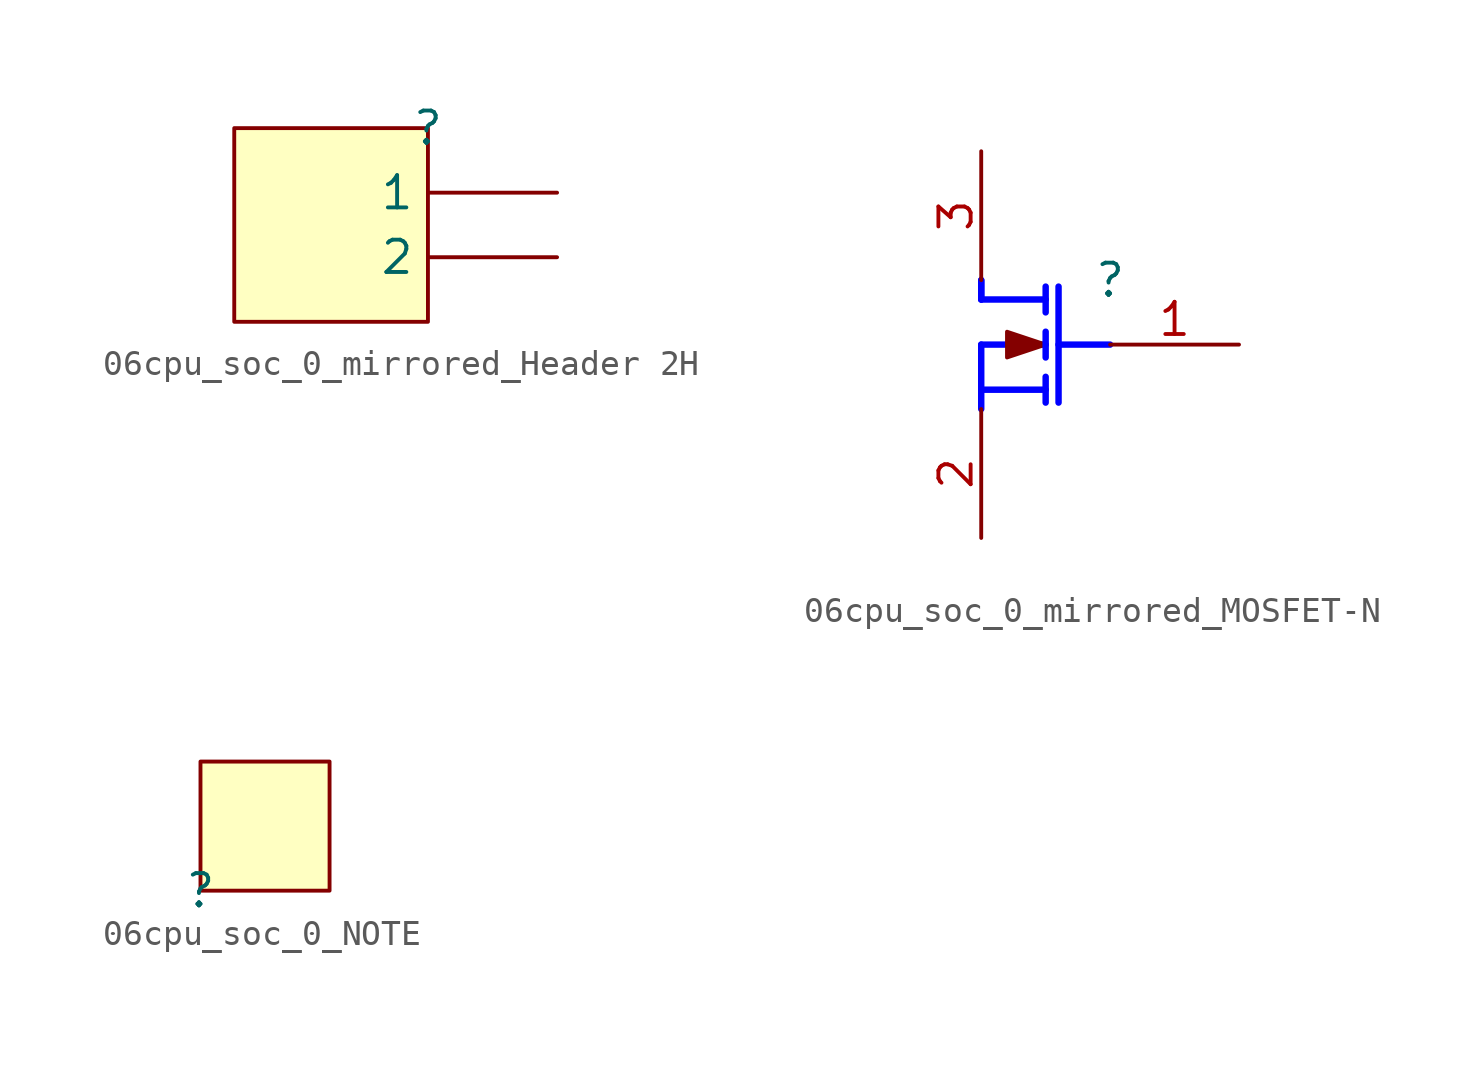
<source format=kicad_sym>
(kicad_symbol_lib
  (version 20220914)
  (generator kicad_symbol_editor)
  (symbol "06cpu_soc_0_mirrored_Header 2H"
    (property "Reference" ""
      (at 0 0 0)
      (effects (font (size 1.27 1.27))))
    (property "Value" ""
      (at 0 0 0)
      (effects (font (size 1.27 1.27))))
    (symbol "06cpu_soc_0_mirrored_Header 2H_1_0"
      (rectangle (start 0 0) (end -7.62 -7.62) (stroke (width 0) (type solid)) (fill (type background)))
      (pin passive line (at 5.08 -2.54 180) (length 5.08) (name "1" (effects (font (size 1.27 1.27)))) (number "1" (effects (font (size 0 0)))))
      (pin passive line (at 5.08 -5.08 180) (length 5.08) (name "2" (effects (font (size 1.27 1.27)))) (number "2" (effects (font (size 0 0)))))))
  (symbol "06cpu_soc_0_mirrored_MOSFET-N"
    (property "Reference" ""
      (at 0 0 0)
      (effects (font (size 1.27 1.27))))
    (property "Value" ""
      (at 0 0 0)
      (effects (font (size 1.27 1.27))))
    (symbol "06cpu_soc_0_mirrored_MOSFET-N_1_0"
      (polyline (pts (xy -5.08 -4.318) (xy -2.54 -4.318)) (stroke (width 0.254) (type solid) (color 0 0 255 1)) (fill (type none)))
      (polyline (pts (xy -5.08 -2.54) (xy -5.08 -5.08)) (stroke (width 0.254) (type solid) (color 0 0 255 1)) (fill (type none)))
      (polyline (pts (xy -5.08 -2.54) (xy -2.54 -2.54)) (stroke (width 0.254) (type solid) (color 0 0 255 1)) (fill (type none)))
      (polyline (pts (xy -5.08 -0.762) (xy -5.08 0)) (stroke (width 0.254) (type solid) (color 0 0 255 1)) (fill (type none)))
      (polyline (pts (xy -5.08 -0.762) (xy -5.08 0)) (stroke (width 0.254) (type solid) (color 0 0 255 1)) (fill (type none)))
      (polyline (pts (xy -5.08 -0.762) (xy -2.54 -0.762)) (stroke (width 0.254) (type solid) (color 0 0 255 1)) (fill (type none)))
      (polyline (pts (xy -2.54 -4.826) (xy -2.54 -3.81)) (stroke (width 0.254) (type solid) (color 0 0 255 1)) (fill (type none)))
      (polyline (pts (xy -2.54 -3.048) (xy -2.54 -2.032)) (stroke (width 0.254) (type solid) (color 0 0 255 1)) (fill (type none)))
      (polyline (pts (xy -2.54 -0.254) (xy -2.54 -1.27)) (stroke (width 0.254) (type solid) (color 0 0 255 1)) (fill (type none)))
      (polyline (pts (xy -2.032 -0.254) (xy -2.032 -4.826)) (stroke (width 0.254) (type solid) (color 0 0 255 1)) (fill (type none)))
      (polyline (pts (xy 0 -2.54) (xy -2.032 -2.54)) (stroke (width 0.254) (type solid) (color 0 0 255 1)) (fill (type none)))
      (polyline (pts (xy -2.54 -2.54) (xy -4.064 -3.048) (xy -4.064 -2.032) (xy -2.54 -2.54)) (stroke (width 0) (type solid)) (fill (type outline)))
      (pin passive line (at 5.08 -2.54 180) (length 5.08) (name "G" (effects (font (size 0 0)))) (number "1" (effects (font (size 1.27 1.27)))))
      (pin passive line (at -5.08 -10.16 90) (length 5.08) (name "S" (effects (font (size 0 0)))) (number "2" (effects (font (size 1.27 1.27)))))
      (pin passive line (at -5.08 5.08 270) (length 5.08) (name "D" (effects (font (size 0 0)))) (number "3" (effects (font (size 1.27 1.27)))))))
  (symbol "06cpu_soc_0_NOTE"
    (property "Reference" ""
      (at 0 0 0)
      (effects (font (size 1.27 1.27))))
    (property "Value" ""
      (at 0 0 0)
      (effects (font (size 1.27 1.27))))
    (symbol "06cpu_soc_0_NOTE_1_0"
      (rectangle (start 5.08 5.08) (end 0 0) (stroke (width 0) (type solid)) (fill (type background))))))
</source>
